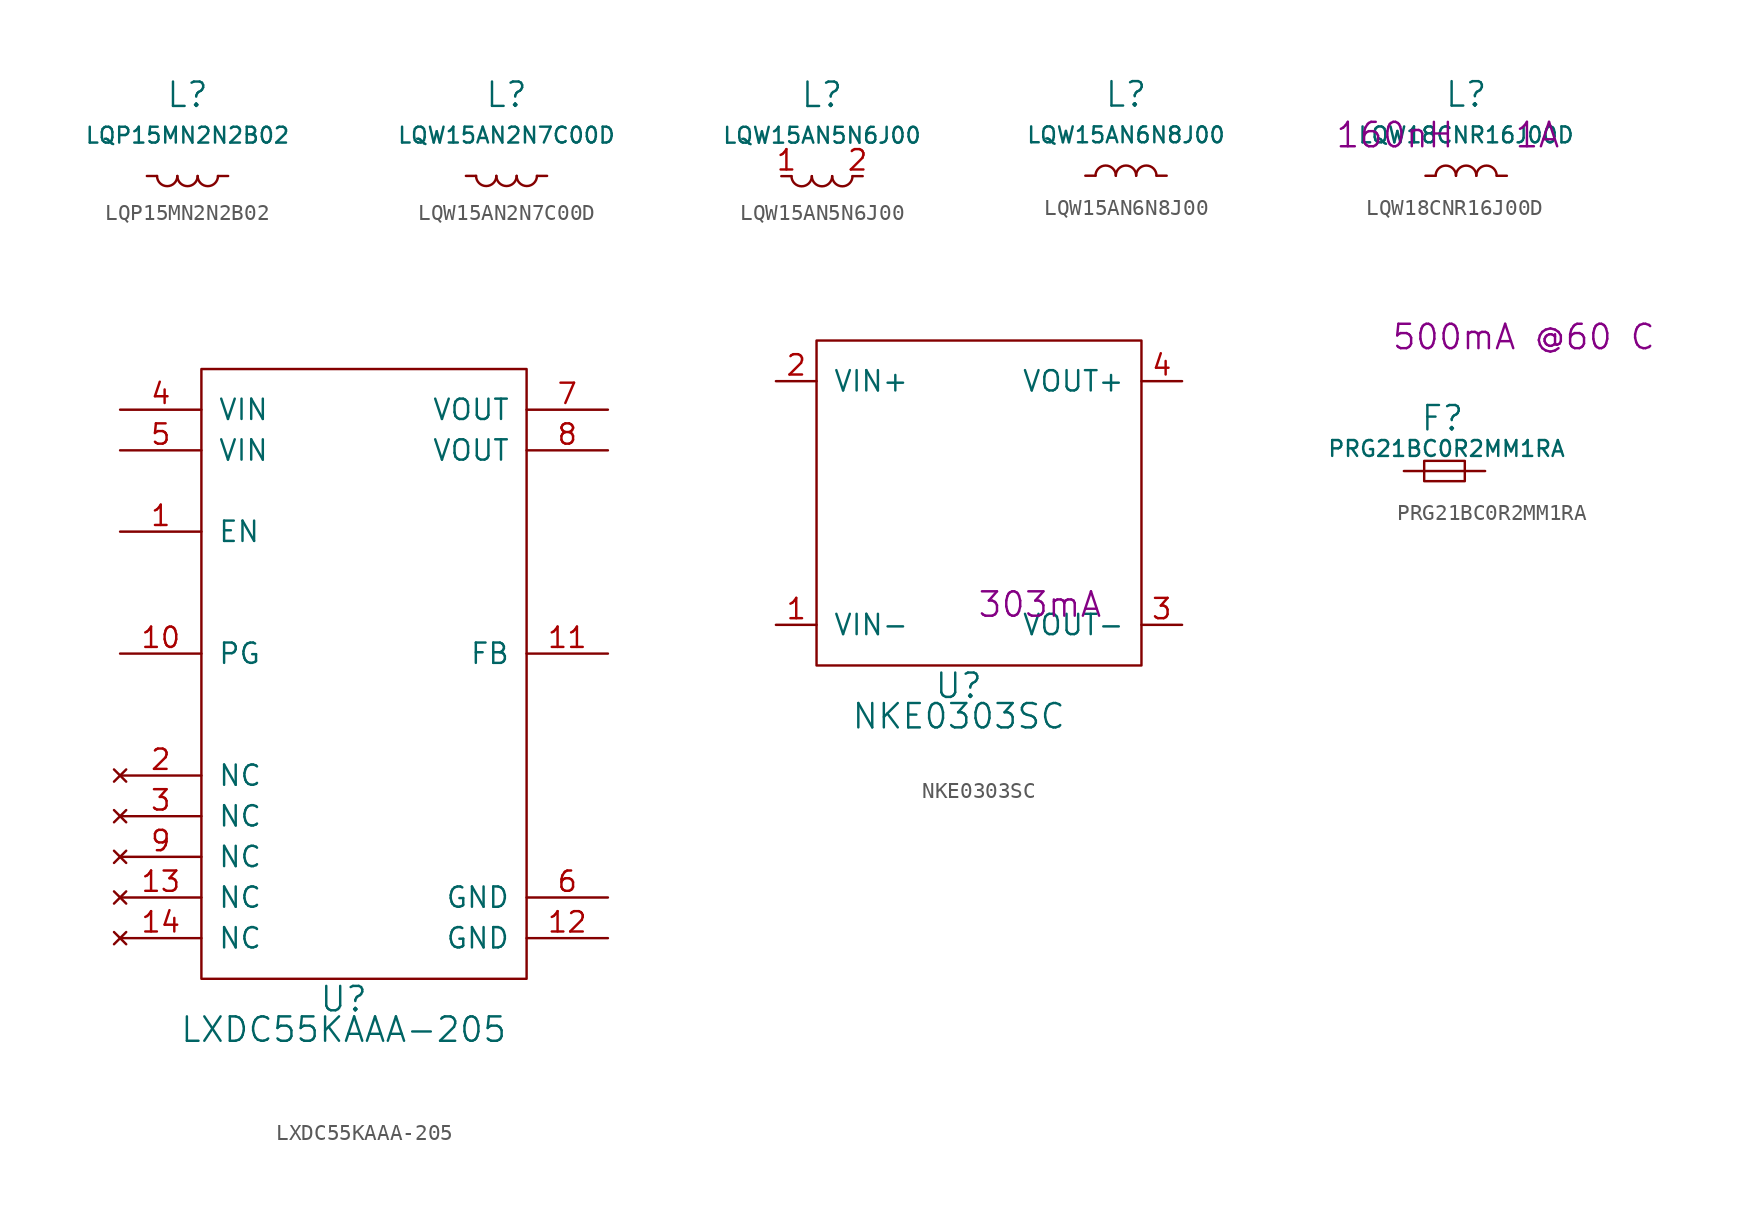
<source format=kicad_sym>
(kicad_symbol_lib
  (version 20220914)
  (generator kicad_symbol_editor)
  (symbol "LQP15MN2N2B02"
    (pin_numbers hide)
    (pin_names
      (offset 1.016) hide)
    (property "Reference" "L"
      (at 0 5.08 0)
      (effects (font (size 1.524 1.524))))
    (property "Value" "LQP15MN2N2B02"
      (at 0 2.54 0)
      (effects (font (size 0.991 0.991))))
    (property "Footprint" ""
      (at 0 0 0)
      (effects (font (size 1.524 1.524))))
    (property "Datasheet" ""
      (at 0 0 0)
      (effects (font (size 1.524 1.524))))
    (symbol "LQP15MN2N2B02_0_1"
      (arc (start -1.905 0) (mid -1.27 -0.6323) (end -0.635 0) (stroke (width 0) (type solid)) (fill (type none)))
      (arc (start -0.635 0) (mid 0 -0.6323) (end 0.635 0) (stroke (width 0) (type solid)) (fill (type none)))
      (arc (start 0.635 0) (mid 1.27 -0.6323) (end 1.905 0) (stroke (width 0) (type solid)) (fill (type none))))
    (symbol "LQP15MN2N2B02_1_1"
      (pin input line (at -2.54 0 0) (length 0.635) (name "1" (effects (font (size 1.27 1.27)))) (number "1" (effects (font (size 1.27 1.27)))))
      (pin input line (at 2.54 0 180) (length 0.635) (name "2" (effects (font (size 1.27 1.27)))) (number "2" (effects (font (size 1.27 1.27)))))))
  (symbol "LQW15AN2N7C00D"
    (pin_numbers hide)
    (pin_names
      (offset 1.016) hide)
    (property "Reference" "L"
      (at 0 5.08 0)
      (effects (font (size 1.524 1.524))))
    (property "Value" "LQW15AN2N7C00D"
      (at 0 2.54 0)
      (effects (font (size 0.991 0.991))))
    (property "Footprint" ""
      (at 0 0 0)
      (effects (font (size 1.524 1.524))))
    (property "Datasheet" ""
      (at 0 0 0)
      (effects (font (size 1.524 1.524))))
    (symbol "LQW15AN2N7C00D_0_1"
      (arc (start -1.905 0) (mid -1.27 -0.6323) (end -0.635 0) (stroke (width 0) (type solid)) (fill (type none)))
      (arc (start -0.635 0) (mid 0 -0.6323) (end 0.635 0) (stroke (width 0) (type solid)) (fill (type none)))
      (arc (start 0.635 0) (mid 1.27 -0.6323) (end 1.905 0) (stroke (width 0) (type solid)) (fill (type none))))
    (symbol "LQW15AN2N7C00D_1_1"
      (pin input line (at -2.54 0 0) (length 0.635) (name "1" (effects (font (size 1.27 1.27)))) (number "1" (effects (font (size 1.27 1.27)))))
      (pin input line (at 2.54 0 180) (length 0.635) (name "2" (effects (font (size 1.27 1.27)))) (number "2" (effects (font (size 1.27 1.27)))))))
  (symbol "LQW15AN5N6J00"
    (pin_names
      (offset 1.016) hide)
    (property "Reference" "L"
      (at 0 5.08 0)
      (effects (font (size 1.524 1.524))))
    (property "Value" "LQW15AN5N6J00"
      (at 0 2.54 0)
      (effects (font (size 0.991 0.991))))
    (property "Footprint" ""
      (at 0 0 0)
      (effects (font (size 1.524 1.524))))
    (property "Datasheet" ""
      (at 0 0 0)
      (effects (font (size 1.524 1.524))))
    (symbol "LQW15AN5N6J00_0_1"
      (arc (start -1.905 0) (mid -1.27 -0.6323) (end -0.635 0) (stroke (width 0) (type solid)) (fill (type none)))
      (arc (start -0.635 0) (mid 0 -0.6323) (end 0.635 0) (stroke (width 0) (type solid)) (fill (type none)))
      (arc (start 0.635 0) (mid 1.27 -0.6323) (end 1.905 0) (stroke (width 0) (type solid)) (fill (type none))))
    (symbol "LQW15AN5N6J00_1_1"
      (pin input line (at -2.54 0 0) (length 0.635) (name "1" (effects (font (size 1.27 1.27)))) (number "1" (effects (font (size 1.27 1.27)))))
      (pin input line (at 2.54 0 180) (length 0.635) (name "2" (effects (font (size 1.27 1.27)))) (number "2" (effects (font (size 1.27 1.27)))))))
  (symbol "LQW15AN6N8J00"
    (pin_numbers hide)
    (pin_names
      (offset 1.016) hide)
    (property "Reference" "L"
      (at 0 5.08 0)
      (effects (font (size 1.524 1.524))))
    (property "Value" "LQW15AN6N8J00"
      (at 0 2.54 0)
      (effects (font (size 0.991 0.991))))
    (property "Footprint" ""
      (at 0 0 0)
      (effects (font (size 1.524 1.524))))
    (property "Datasheet" ""
      (at 0 0 0)
      (effects (font (size 1.524 1.524))))
    (symbol "LQW15AN6N8J00_0_1"
      (arc (start -0.635 0) (mid -1.27 0.6323) (end -1.905 0) (stroke (width 0) (type solid)) (fill (type none)))
      (arc (start 0.635 0) (mid 0 0.6323) (end -0.635 0) (stroke (width 0) (type solid)) (fill (type none)))
      (arc (start 1.905 0) (mid 1.27 0.6323) (end 0.635 0) (stroke (width 0) (type solid)) (fill (type none))))
    (symbol "LQW15AN6N8J00_1_1"
      (pin input line (at -2.54 0 0) (length 0.635) (name "1" (effects (font (size 1.27 1.27)))) (number "1" (effects (font (size 1.27 1.27)))))
      (pin input line (at 2.54 0 180) (length 0.635) (name "2" (effects (font (size 1.27 1.27)))) (number "2" (effects (font (size 1.27 1.27)))))))
  (symbol "LQW18CNR16J00D"
    (pin_numbers hide)
    (pin_names
      (offset 1.016) hide)
    (property "Reference" "L"
      (at 0 5.08 0)
      (effects (font (size 1.524 1.524))))
    (property "Value" "LQW18CNR16J00D"
      (at 0 2.54 0)
      (effects (font (size 0.991 0.991))))
    (property "Value2" "160nH"
      (at -4.445 2.54 0)
      (effects (font (size 1.524 1.524))))
    (property "DC Current" "1A"
      (at 4.445 2.54 0)
      (effects (font (size 1.524 1.524))))
    (symbol "LQW18CNR16J00D_0_1"
      (arc (start -0.635 0) (mid -1.27 0.6323) (end -1.905 0) (stroke (width 0) (type solid)) (fill (type none)))
      (arc (start 0.635 0) (mid 0 0.6323) (end -0.635 0) (stroke (width 0) (type solid)) (fill (type none)))
      (arc (start 1.905 0) (mid 1.27 0.6323) (end 0.635 0) (stroke (width 0) (type solid)) (fill (type none))))
    (symbol "LQW18CNR16J00D_1_1"
      (pin passive line (at -2.54 0 0) (length 0.635) (name "1" (effects (font (size 1.27 1.27)))) (number "1" (effects (font (size 1.27 1.27)))))
      (pin passive line (at 2.54 0 180) (length 0.635) (name "2" (effects (font (size 1.27 1.27)))) (number "2" (effects (font (size 1.27 1.27)))))))
  (symbol "LXDC55KAAA-205"
    (pin_names
      (offset 1.016))
    (property "Reference" "U"
      (at 8.89 -1.27 0)
      (effects (font (size 1.524 1.524))))
    (property "Value" "LXDC55KAAA-205"
      (at 8.89 -3.175 0)
      (effects (font (size 1.524 1.524))))
    (property "Datasheet" ""
      (at 8.89 -1.27 0)
      (effects (font (size 1.524 1.524))))
    (symbol "LXDC55KAAA-205_1_1"
      (rectangle (start 0 0) (end 20.32 38.1) (stroke (width 0) (type solid)) (fill (type none)))
      (pin input line (at -5.08 27.94 0) (length 5.08) (name "EN" (effects (font (size 1.27 1.27)))) (number "1" (effects (font (size 1.27 1.27)))))
      (pin open_collector line (at -5.08 20.32 0) (length 5.08) (name "PG" (effects (font (size 1.27 1.27)))) (number "10" (effects (font (size 1.27 1.27)))))
      (pin input line (at 25.4 20.32 180) (length 5.08) (name "FB" (effects (font (size 1.27 1.27)))) (number "11" (effects (font (size 1.27 1.27)))))
      (pin power_in line (at 25.4 2.54 180) (length 5.08) (name "GND" (effects (font (size 1.27 1.27)))) (number "12" (effects (font (size 1.27 1.27)))))
      (pin no_connect line (at -5.08 5.08 0) (length 5.08) (name "NC" (effects (font (size 1.27 1.27)))) (number "13" (effects (font (size 1.27 1.27)))))
      (pin no_connect line (at -5.08 2.54 0) (length 5.08) (name "NC" (effects (font (size 1.27 1.27)))) (number "14" (effects (font (size 1.27 1.27)))))
      (pin no_connect line (at -5.08 12.7 0) (length 5.08) (name "NC" (effects (font (size 1.27 1.27)))) (number "2" (effects (font (size 1.27 1.27)))))
      (pin no_connect line (at -5.08 10.16 0) (length 5.08) (name "NC" (effects (font (size 1.27 1.27)))) (number "3" (effects (font (size 1.27 1.27)))))
      (pin power_in line (at -5.08 35.56 0) (length 5.08) (name "VIN" (effects (font (size 1.27 1.27)))) (number "4" (effects (font (size 1.27 1.27)))))
      (pin power_in line (at -5.08 33.02 0) (length 5.08) (name "VIN" (effects (font (size 1.27 1.27)))) (number "5" (effects (font (size 1.27 1.27)))))
      (pin power_in line (at 25.4 5.08 180) (length 5.08) (name "GND" (effects (font (size 1.27 1.27)))) (number "6" (effects (font (size 1.27 1.27)))))
      (pin power_out line (at 25.4 35.56 180) (length 5.08) (name "VOUT" (effects (font (size 1.27 1.27)))) (number "7" (effects (font (size 1.27 1.27)))))
      (pin input line (at 25.4 33.02 180) (length 5.08) (name "VOUT" (effects (font (size 1.27 1.27)))) (number "8" (effects (font (size 1.27 1.27)))))
      (pin no_connect line (at -5.08 7.62 0) (length 5.08) (name "NC" (effects (font (size 1.27 1.27)))) (number "9" (effects (font (size 1.27 1.27)))))))
  (symbol "NKE0303SC"
    (pin_names
      (offset 1.016))
    (property "Reference" "U"
      (at 8.89 -1.27 0)
      (effects (font (size 1.524 1.524))))
    (property "Value" "NKE0303SC"
      (at 8.89 -3.175 0)
      (effects (font (size 1.524 1.524))))
    (property "Rating" "303mA"
      (at 13.97 3.81 0)
      (effects (font (size 1.524 1.524))))
    (symbol "NKE0303SC_1_1"
      (rectangle (start 0 0) (end 20.32 20.32) (stroke (width 0) (type solid)) (fill (type none)))
      (pin power_in line (at -2.54 2.54 0) (length 2.54) (name "VIN-" (effects (font (size 1.27 1.27)))) (number "1" (effects (font (size 1.27 1.27)))))
      (pin power_in line (at -2.54 17.78 0) (length 2.54) (name "VIN+" (effects (font (size 1.27 1.27)))) (number "2" (effects (font (size 1.27 1.27)))))
      (pin power_out line (at 22.86 2.54 180) (length 2.54) (name "VOUT-" (effects (font (size 1.27 1.27)))) (number "3" (effects (font (size 1.27 1.27)))))
      (pin power_out line (at 22.86 17.78 180) (length 2.54) (name "VOUT+" (effects (font (size 1.27 1.27)))) (number "4" (effects (font (size 1.27 1.27)))))))
  (symbol "PRG21BC0R2MM1RA"
    (pin_numbers hide)
    (pin_names
      (offset 1.016) hide)
    (property "Reference" "F"
      (at -0.127 3.302 0)
      (effects (font (size 1.524 1.524))))
    (property "Value" "PRG21BC0R2MM1RA"
      (at 0.127 1.397 0)
      (effects (font (size 0.991 0.991))))
    (property "Datasheet" ""
      (at -0.127 3.302 0)
      (effects (font (size 1.524 1.524))))
    (property "Rating" "500mA @60 C"
      (at 4.953 8.382 0)
      (effects (font (size 1.524 1.524))))
    (symbol "PRG21BC0R2MM1RA_0_1"
      (rectangle (start -1.27 0.635) (end 1.27 -0.635) (stroke (width 0) (type solid)) (fill (type none)))
      (polyline (pts (xy -1.27 0) (xy 1.27 0)) (stroke (width 0) (type solid)) (fill (type none))))
    (symbol "PRG21BC0R2MM1RA_1_1"
      (pin input line (at -2.54 0 0) (length 1.27) (name "1" (effects (font (size 1.27 1.27)))) (number "1" (effects (font (size 1.27 1.27)))))
      (pin input line (at 2.54 0 180) (length 1.27) (name "2" (effects (font (size 1.27 1.27)))) (number "2" (effects (font (size 1.27 1.27))))))))
</source>
